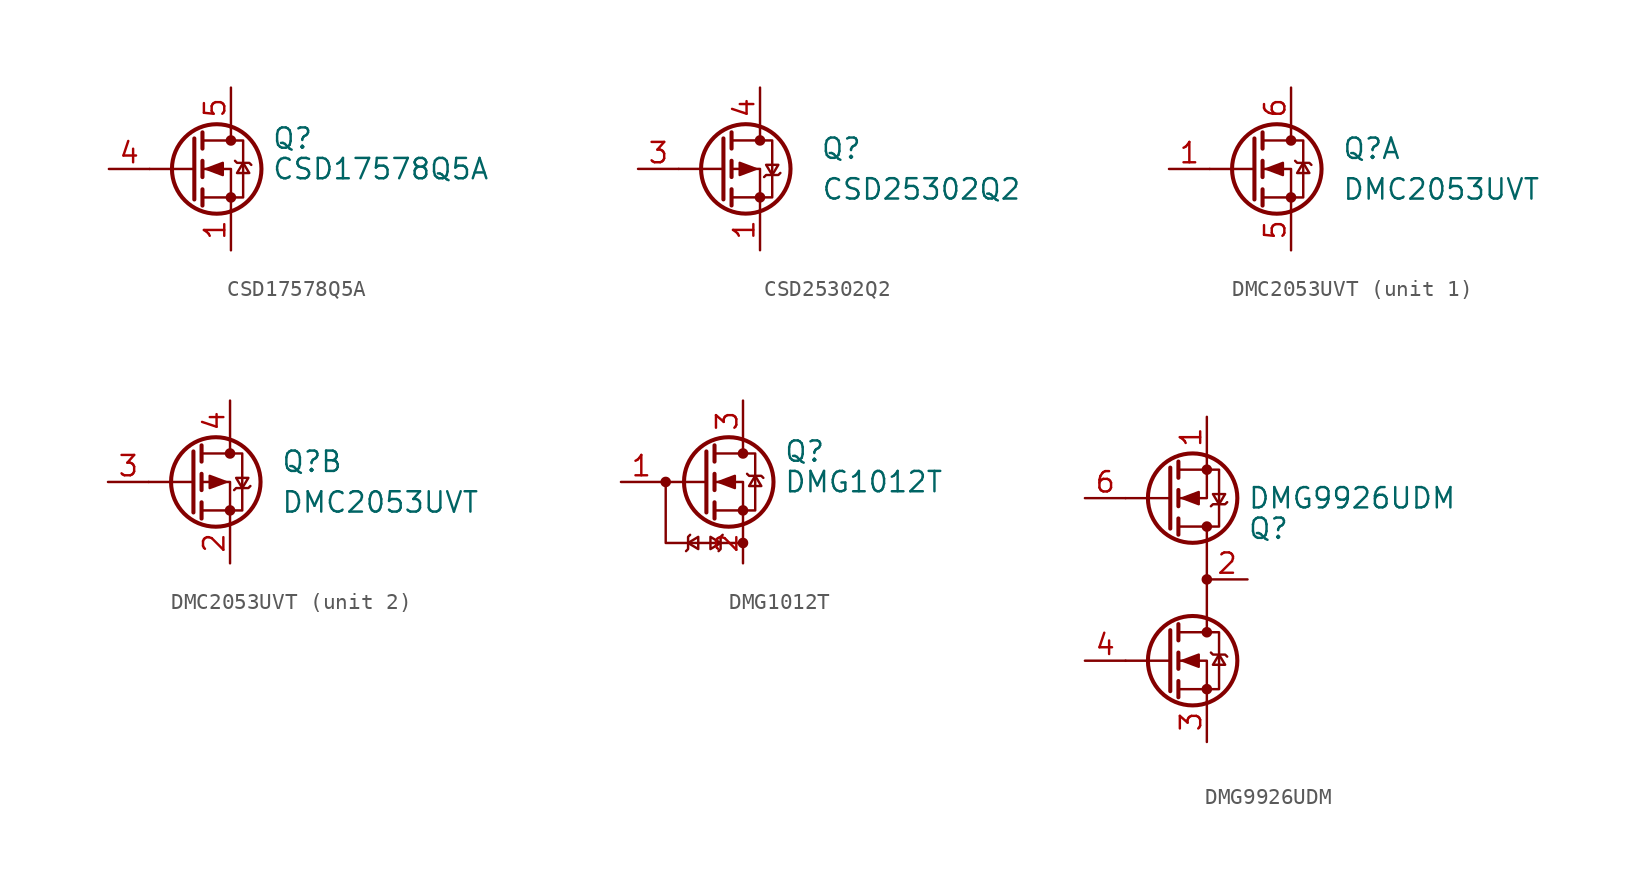
<source format=kicad_sym>
(kicad_symbol_lib
  (version 20211014)
  (generator kicad_symbol_editor)
  (symbol "CSD17578Q5A"
    (pin_names hide)
    (property "Reference" "Q"
      (at 5.08 1.905 0)
      (effects (font (size 1.27 1.27)) (justify left)))
    (property "Value" "CSD17578Q5A"
      (at 5.08 0 0)
      (effects (font (size 1.27 1.27)) (justify left)))
    (symbol "CSD17578Q5A_0_1"
      (polyline (pts (xy 0.254 0) (xy -2.54 0)) (stroke (width 0) (type default) (color 0 0 0 0)) (fill (type none)))
      (polyline (pts (xy 0.254 1.905) (xy 0.254 -1.905)) (stroke (width 0.254) (type default) (color 0 0 0 0)) (fill (type none)))
      (polyline (pts (xy 0.762 -1.27) (xy 0.762 -2.286)) (stroke (width 0.254) (type default) (color 0 0 0 0)) (fill (type none)))
      (polyline (pts (xy 0.762 0.508) (xy 0.762 -0.508)) (stroke (width 0.254) (type default) (color 0 0 0 0)) (fill (type none)))
      (polyline (pts (xy 0.762 2.286) (xy 0.762 1.27)) (stroke (width 0.254) (type default) (color 0 0 0 0)) (fill (type none)))
      (polyline (pts (xy 2.54 2.54) (xy 2.54 1.778)) (stroke (width 0) (type default) (color 0 0 0 0)) (fill (type none)))
      (polyline (pts (xy 2.54 -2.54) (xy 2.54 0) (xy 0.762 0)) (stroke (width 0) (type default) (color 0 0 0 0)) (fill (type none)))
      (polyline (pts (xy 0.762 -1.778) (xy 3.302 -1.778) (xy 3.302 1.778) (xy 0.762 1.778)) (stroke (width 0) (type default) (color 0 0 0 0)) (fill (type none)))
      (polyline (pts (xy 1.016 0) (xy 2.032 0.381) (xy 2.032 -0.381) (xy 1.016 0)) (stroke (width 0) (type default) (color 0 0 0 0)) (fill (type outline)))
      (polyline (pts (xy 2.794 0.508) (xy 2.921 0.381) (xy 3.683 0.381) (xy 3.81 0.254)) (stroke (width 0) (type default) (color 0 0 0 0)) (fill (type none)))
      (polyline (pts (xy 3.302 0.381) (xy 2.921 -0.254) (xy 3.683 -0.254) (xy 3.302 0.381)) (stroke (width 0) (type default) (color 0 0 0 0)) (fill (type none)))
      (circle (center 1.651 0) (radius 2.794) (stroke (width 0.254) (type default) (color 0 0 0 0)) (fill (type none)))
      (circle (center 2.54 -1.778) (radius 0.254) (stroke (width 0) (type default) (color 0 0 0 0)) (fill (type outline)))
      (circle (center 2.54 1.778) (radius 0.254) (stroke (width 0) (type default) (color 0 0 0 0)) (fill (type outline))))
    (symbol "CSD17578Q5A_1_1"
      (pin passive line (at 2.54 -5.08 90) (length 2.54) (name "S" (effects (font (size 1.27 1.27)))) (number "1" (effects (font (size 1.27 1.27)))))
      (pin passive line (at 2.54 -5.08 90) (length 2.54) hide (name "S" (effects (font (size 1.27 1.27)))) (number "2" (effects (font (size 1.27 1.27)))))
      (pin passive line (at 2.54 -5.08 90) (length 2.54) hide (name "S" (effects (font (size 1.27 1.27)))) (number "3" (effects (font (size 1.27 1.27)))))
      (pin passive line (at -5.08 0 0) (length 2.54) (name "G" (effects (font (size 1.27 1.27)))) (number "4" (effects (font (size 1.27 1.27)))))
      (pin passive line (at 2.54 5.08 270) (length 2.54) (name "D" (effects (font (size 1.27 1.27)))) (number "5" (effects (font (size 1.27 1.27)))))))
  (symbol "CSD25302Q2"
    (pin_names hide)
    (property "Reference" "Q"
      (at 5.08 1.27 0)
      (effects (font (size 1.27 1.27))))
    (property "Value" "CSD25302Q2"
      (at 3.81 -1.27 0)
      (effects (font (size 1.27 1.27)) (justify left)))
    (symbol "CSD25302Q2_0_1"
      (circle (center -0.889 0) (radius 2.794) (stroke (width 0.254) (type default) (color 0 0 0 0)) (fill (type none)))
      (circle (center 0 -1.778) (radius 0.254) (stroke (width 0) (type default) (color 0 0 0 0)) (fill (type outline)))
      (polyline (pts (xy -2.286 0) (xy -5.08 0)) (stroke (width 0) (type default) (color 0 0 0 0)) (fill (type none)))
      (polyline (pts (xy -2.286 1.905) (xy -2.286 -1.905)) (stroke (width 0.254) (type default) (color 0 0 0 0)) (fill (type none)))
      (polyline (pts (xy -1.778 -1.27) (xy -1.778 -2.286)) (stroke (width 0.254) (type default) (color 0 0 0 0)) (fill (type none)))
      (polyline (pts (xy -1.778 0.508) (xy -1.778 -0.508)) (stroke (width 0.254) (type default) (color 0 0 0 0)) (fill (type none)))
      (polyline (pts (xy -1.778 2.286) (xy -1.778 1.27)) (stroke (width 0.254) (type default) (color 0 0 0 0)) (fill (type none)))
      (polyline (pts (xy 0 2.54) (xy 0 1.778)) (stroke (width 0) (type default) (color 0 0 0 0)) (fill (type none)))
      (polyline (pts (xy 0 -2.54) (xy 0 0) (xy -1.778 0)) (stroke (width 0) (type default) (color 0 0 0 0)) (fill (type none)))
      (polyline (pts (xy -1.778 1.778) (xy 0.762 1.778) (xy 0.762 -1.778) (xy -1.778 -1.778)) (stroke (width 0) (type default) (color 0 0 0 0)) (fill (type none)))
      (polyline (pts (xy -0.254 0) (xy -1.27 0.381) (xy -1.27 -0.381) (xy -0.254 0)) (stroke (width 0) (type default) (color 0 0 0 0)) (fill (type outline)))
      (polyline (pts (xy 0.254 -0.508) (xy 0.381 -0.381) (xy 1.143 -0.381) (xy 1.27 -0.254)) (stroke (width 0) (type default) (color 0 0 0 0)) (fill (type none)))
      (polyline (pts (xy 0.762 -0.381) (xy 0.381 0.254) (xy 1.143 0.254) (xy 0.762 -0.381)) (stroke (width 0) (type default) (color 0 0 0 0)) (fill (type none)))
      (circle (center 0 1.778) (radius 0.254) (stroke (width 0) (type default) (color 0 0 0 0)) (fill (type outline))))
    (symbol "CSD25302Q2_1_1"
      (pin passive line (at 0 -5.08 90) (length 2.54) (name "S" (effects (font (size 1.27 1.27)))) (number "1" (effects (font (size 1.27 1.27)))))
      (pin passive line (at 0 -5.08 90) (length 2.54) hide (name "S" (effects (font (size 1.27 1.27)))) (number "2" (effects (font (size 1.27 1.27)))))
      (pin passive line (at -7.62 0 0) (length 2.54) (name "G" (effects (font (size 1.27 1.27)))) (number "3" (effects (font (size 1.27 1.27)))))
      (pin passive line (at 0 5.08 270) (length 2.54) (name "D" (effects (font (size 1.27 1.27)))) (number "4" (effects (font (size 1.27 1.27)))))
      (pin passive line (at 0 -5.08 90) (length 2.54) hide (name "S" (effects (font (size 1.27 1.27)))) (number "5" (effects (font (size 1.27 1.27)))))
      (pin passive line (at 0 -5.08 90) (length 2.54) hide (name "S" (effects (font (size 1.27 1.27)))) (number "6" (effects (font (size 1.27 1.27)))))
      (pin passive line (at 0 5.08 270) (length 2.54) hide (name "D" (effects (font (size 1.27 1.27)))) (number "7" (effects (font (size 1.27 1.27)))))
      (pin passive line (at 0 -5.08 90) (length 2.54) hide (name "S" (effects (font (size 1.27 1.27)))) (number "8" (effects (font (size 1.27 1.27)))))))
  (symbol "DMC2053UVT"
    (pin_names hide)
    (property "Reference" "Q"
      (at 3.175 1.27 0)
      (effects (font (size 1.27 1.27)) (justify left)))
    (property "Value" "DMC2053UVT"
      (at 3.175 -1.27 0)
      (effects (font (size 1.27 1.27)) (justify left)))
    (symbol "DMC2053UVT_0_1"
      (circle (center -0.889 0) (radius 2.794) (stroke (width 0.254) (type default) (color 0 0 0 0)) (fill (type none)))
      (circle (center 0 -1.778) (radius 0.254) (stroke (width 0) (type default) (color 0 0 0 0)) (fill (type outline)))
      (polyline (pts (xy -2.286 0) (xy -5.08 0)) (stroke (width 0) (type default) (color 0 0 0 0)) (fill (type none)))
      (polyline (pts (xy -2.286 1.905) (xy -2.286 -1.905)) (stroke (width 0.254) (type default) (color 0 0 0 0)) (fill (type none)))
      (polyline (pts (xy -1.778 -1.27) (xy -1.778 -2.286)) (stroke (width 0.254) (type default) (color 0 0 0 0)) (fill (type none)))
      (polyline (pts (xy -1.778 0.508) (xy -1.778 -0.508)) (stroke (width 0.254) (type default) (color 0 0 0 0)) (fill (type none)))
      (polyline (pts (xy -1.778 2.286) (xy -1.778 1.27)) (stroke (width 0.254) (type default) (color 0 0 0 0)) (fill (type none)))
      (polyline (pts (xy 0 2.54) (xy 0 1.778)) (stroke (width 0) (type default) (color 0 0 0 0)) (fill (type none)))
      (polyline (pts (xy 0 -2.54) (xy 0 0) (xy -1.778 0)) (stroke (width 0) (type default) (color 0 0 0 0)) (fill (type none)))
      (polyline (pts (xy -1.778 -1.778) (xy 0.762 -1.778) (xy 0.762 1.778) (xy -1.778 1.778)) (stroke (width 0) (type default) (color 0 0 0 0)) (fill (type none)))
      (circle (center 0 1.778) (radius 0.254) (stroke (width 0) (type default) (color 0 0 0 0)) (fill (type outline))))
    (symbol "DMC2053UVT_1_1"
      (polyline (pts (xy -1.524 0) (xy -0.508 0.381) (xy -0.508 -0.381) (xy -1.524 0)) (stroke (width 0) (type default) (color 0 0 0 0)) (fill (type outline)))
      (polyline (pts (xy 0.254 0.508) (xy 0.381 0.381) (xy 1.143 0.381) (xy 1.27 0.254)) (stroke (width 0) (type default) (color 0 0 0 0)) (fill (type none)))
      (polyline (pts (xy 0.762 0.381) (xy 0.381 -0.254) (xy 1.143 -0.254) (xy 0.762 0.381)) (stroke (width 0) (type default) (color 0 0 0 0)) (fill (type none)))
      (pin passive line (at -7.62 0 0) (length 2.54) (name "G" (effects (font (size 1.27 1.27)))) (number "1" (effects (font (size 1.27 1.27)))))
      (pin passive line (at 0 -5.08 90) (length 2.54) (name "S" (effects (font (size 1.27 1.27)))) (number "5" (effects (font (size 1.27 1.27)))))
      (pin passive line (at 0 5.08 270) (length 2.54) (name "D" (effects (font (size 1.27 1.27)))) (number "6" (effects (font (size 1.27 1.27))))))
    (symbol "DMC2053UVT_2_1"
      (polyline (pts (xy -0.254 0) (xy -1.27 0.381) (xy -1.27 -0.381) (xy -0.254 0)) (stroke (width 0) (type default) (color 0 0 0 0)) (fill (type outline)))
      (polyline (pts (xy 0.254 -0.508) (xy 0.381 -0.381) (xy 1.143 -0.381) (xy 1.27 -0.254)) (stroke (width 0) (type default) (color 0 0 0 0)) (fill (type none)))
      (polyline (pts (xy 0.762 -0.381) (xy 0.381 0.254) (xy 1.143 0.254) (xy 0.762 -0.381)) (stroke (width 0) (type default) (color 0 0 0 0)) (fill (type none)))
      (pin passive line (at 0 -5.08 90) (length 2.54) (name "S" (effects (font (size 1.27 1.27)))) (number "2" (effects (font (size 1.27 1.27)))))
      (pin passive line (at -7.62 0 0) (length 2.54) (name "G" (effects (font (size 1.27 1.27)))) (number "3" (effects (font (size 1.27 1.27)))))
      (pin passive line (at 0 5.08 270) (length 2.54) (name "D" (effects (font (size 1.27 1.27)))) (number "4" (effects (font (size 1.27 1.27)))))))
  (symbol "DMG1012T"
    (pin_names
      (offset 0) hide)
    (property "Reference" "Q"
      (at 5.08 1.905 0)
      (effects (font (size 1.27 1.27)) (justify left)))
    (property "Value" "DMG1012T"
      (at 5.08 0 0)
      (effects (font (size 1.27 1.27)) (justify left)))
    (symbol "DMG1012T_0_1"
      (polyline (pts (xy 2.54 -3.81) (xy -2.286 -3.81) (xy -2.286 0)) (stroke (width 0) (type default) (color 0 0 0 0)) (fill (type none))))
    (symbol "DMG1012T_1_1"
      (circle (center -2.286 0) (radius 0.254) (stroke (width 0) (type default) (color 0 0 0 0)) (fill (type outline)))
      (polyline (pts (xy 0.254 0) (xy -2.54 0)) (stroke (width 0) (type default) (color 0 0 0 0)) (fill (type none)))
      (polyline (pts (xy 0.254 1.905) (xy 0.254 -1.905)) (stroke (width 0.254) (type default) (color 0 0 0 0)) (fill (type none)))
      (polyline (pts (xy 0.762 -1.27) (xy 0.762 -2.286)) (stroke (width 0.254) (type default) (color 0 0 0 0)) (fill (type none)))
      (polyline (pts (xy 0.762 0.508) (xy 0.762 -0.508)) (stroke (width 0.254) (type default) (color 0 0 0 0)) (fill (type none)))
      (polyline (pts (xy 0.762 2.286) (xy 0.762 1.27)) (stroke (width 0.254) (type default) (color 0 0 0 0)) (fill (type none)))
      (polyline (pts (xy 2.54 2.54) (xy 2.54 1.778)) (stroke (width 0) (type default) (color 0 0 0 0)) (fill (type none)))
      (polyline (pts (xy 2.54 -2.54) (xy 2.54 0) (xy 0.762 0)) (stroke (width 0) (type default) (color 0 0 0 0)) (fill (type none)))
      (polyline (pts (xy -1.016 -4.318) (xy -0.889 -4.191) (xy -0.889 -3.429) (xy -0.762 -3.302)) (stroke (width 0) (type default) (color 0 0 0 0)) (fill (type none)))
      (polyline (pts (xy -0.889 -3.81) (xy -0.254 -4.191) (xy -0.254 -3.429) (xy -0.889 -3.81)) (stroke (width 0) (type default) (color 0 0 0 0)) (fill (type none)))
      (polyline (pts (xy 0.762 -1.778) (xy 3.302 -1.778) (xy 3.302 1.778) (xy 0.762 1.778)) (stroke (width 0) (type default) (color 0 0 0 0)) (fill (type none)))
      (polyline (pts (xy 1.016 0) (xy 2.032 0.381) (xy 2.032 -0.381) (xy 1.016 0)) (stroke (width 0) (type default) (color 0 0 0 0)) (fill (type outline)))
      (polyline (pts (xy 1.143 -3.81) (xy 0.508 -3.429) (xy 0.508 -4.191) (xy 1.143 -3.81)) (stroke (width 0) (type default) (color 0 0 0 0)) (fill (type none)))
      (polyline (pts (xy 1.27 -3.302) (xy 1.143 -3.429) (xy 1.143 -4.191) (xy 1.016 -4.318)) (stroke (width 0) (type default) (color 0 0 0 0)) (fill (type none)))
      (polyline (pts (xy 2.794 0.508) (xy 2.921 0.381) (xy 3.683 0.381) (xy 3.81 0.254)) (stroke (width 0) (type default) (color 0 0 0 0)) (fill (type none)))
      (polyline (pts (xy 3.302 0.381) (xy 2.921 -0.254) (xy 3.683 -0.254) (xy 3.302 0.381)) (stroke (width 0) (type default) (color 0 0 0 0)) (fill (type none)))
      (circle (center 1.651 0) (radius 2.794) (stroke (width 0.254) (type default) (color 0 0 0 0)) (fill (type none)))
      (circle (center 2.54 -3.81) (radius 0.254) (stroke (width 0) (type default) (color 0 0 0 0)) (fill (type outline)))
      (circle (center 2.54 -1.778) (radius 0.254) (stroke (width 0) (type default) (color 0 0 0 0)) (fill (type outline)))
      (circle (center 2.54 1.778) (radius 0.254) (stroke (width 0) (type default) (color 0 0 0 0)) (fill (type outline)))
      (pin input line (at -5.08 0 0) (length 2.54) (name "G" (effects (font (size 1.27 1.27)))) (number "1" (effects (font (size 1.27 1.27)))))
      (pin passive line (at 2.54 -5.08 90) (length 2.54) (name "S" (effects (font (size 1.27 1.27)))) (number "2" (effects (font (size 1.27 1.27)))))
      (pin passive line (at 2.54 5.08 270) (length 2.54) (name "D" (effects (font (size 1.27 1.27)))) (number "3" (effects (font (size 1.27 1.27)))))))
  (symbol "DMG9926UDM"
    (pin_names hide)
    (property "Reference" "Q"
      (at 2.54 3.175 0)
      (effects (font (size 1.27 1.27)) (justify left)))
    (property "Value" "DMG9926UDM"
      (at 2.54 5.08 0)
      (effects (font (size 1.27 1.27)) (justify left)))
    (symbol "DMG9926UDM_0_1"
      (circle (center -0.889 5.08) (radius 2.794) (stroke (width 0.254) (type default) (color 0 0 0 0)) (fill (type none)))
      (polyline (pts (xy -2.286 3.175) (xy -2.286 6.985)) (stroke (width 0.254) (type default) (color 0 0 0 0)) (fill (type none)))
      (polyline (pts (xy -2.286 5.08) (xy -5.08 5.08)) (stroke (width 0) (type default) (color 0 0 0 0)) (fill (type none)))
      (polyline (pts (xy -1.778 2.794) (xy -1.778 3.81)) (stroke (width 0.254) (type default) (color 0 0 0 0)) (fill (type none)))
      (polyline (pts (xy -1.778 4.572) (xy -1.778 5.588)) (stroke (width 0.254) (type default) (color 0 0 0 0)) (fill (type none)))
      (polyline (pts (xy -1.778 6.35) (xy -1.778 7.366)) (stroke (width 0.254) (type default) (color 0 0 0 0)) (fill (type none)))
      (polyline (pts (xy 0 -3.302) (xy 0 3.302)) (stroke (width 0) (type default) (color 0 0 0 0)) (fill (type none)))
      (polyline (pts (xy 0 7.62) (xy 0 5.08) (xy -1.778 5.08)) (stroke (width 0) (type default) (color 0 0 0 0)) (fill (type none)))
      (polyline (pts (xy -1.778 6.858) (xy 0.762 6.858) (xy 0.762 3.302) (xy -1.778 3.302)) (stroke (width 0) (type default) (color 0 0 0 0)) (fill (type none)))
      (polyline (pts (xy -1.524 5.08) (xy -0.508 4.699) (xy -0.508 5.461) (xy -1.524 5.08)) (stroke (width 0) (type default) (color 0 0 0 0)) (fill (type outline)))
      (polyline (pts (xy 0.254 4.572) (xy 0.381 4.699) (xy 1.143 4.699) (xy 1.27 4.826)) (stroke (width 0) (type default) (color 0 0 0 0)) (fill (type none)))
      (polyline (pts (xy 0.762 4.699) (xy 0.381 5.334) (xy 1.143 5.334) (xy 0.762 4.699)) (stroke (width 0) (type default) (color 0 0 0 0)) (fill (type none)))
      (circle (center 0 3.302) (radius 0.254) (stroke (width 0) (type default) (color 0 0 0 0)) (fill (type outline)))
      (circle (center 0 6.858) (radius 0.254) (stroke (width 0) (type default) (color 0 0 0 0)) (fill (type outline))))
    (symbol "DMG9926UDM_1_1"
      (circle (center -0.889 -5.08) (radius 2.794) (stroke (width 0.254) (type default) (color 0 0 0 0)) (fill (type none)))
      (circle (center 0 -6.858) (radius 0.254) (stroke (width 0) (type default) (color 0 0 0 0)) (fill (type outline)))
      (circle (center 0 -3.302) (radius 0.254) (stroke (width 0) (type default) (color 0 0 0 0)) (fill (type outline)))
      (polyline (pts (xy -2.286 -5.08) (xy -5.08 -5.08)) (stroke (width 0) (type default) (color 0 0 0 0)) (fill (type none)))
      (polyline (pts (xy -2.286 -3.175) (xy -2.286 -6.985)) (stroke (width 0.254) (type default) (color 0 0 0 0)) (fill (type none)))
      (polyline (pts (xy -1.778 -6.35) (xy -1.778 -7.366)) (stroke (width 0.254) (type default) (color 0 0 0 0)) (fill (type none)))
      (polyline (pts (xy -1.778 -4.572) (xy -1.778 -5.588)) (stroke (width 0.254) (type default) (color 0 0 0 0)) (fill (type none)))
      (polyline (pts (xy -1.778 -2.794) (xy -1.778 -3.81)) (stroke (width 0.254) (type default) (color 0 0 0 0)) (fill (type none)))
      (polyline (pts (xy 0 -7.62) (xy 0 -5.08) (xy -1.778 -5.08)) (stroke (width 0) (type default) (color 0 0 0 0)) (fill (type none)))
      (polyline (pts (xy -1.778 -6.858) (xy 0.762 -6.858) (xy 0.762 -3.302) (xy -1.778 -3.302)) (stroke (width 0) (type default) (color 0 0 0 0)) (fill (type none)))
      (polyline (pts (xy -1.524 -5.08) (xy -0.508 -4.699) (xy -0.508 -5.461) (xy -1.524 -5.08)) (stroke (width 0) (type default) (color 0 0 0 0)) (fill (type outline)))
      (polyline (pts (xy 0.254 -4.572) (xy 0.381 -4.699) (xy 1.143 -4.699) (xy 1.27 -4.826)) (stroke (width 0) (type default) (color 0 0 0 0)) (fill (type none)))
      (polyline (pts (xy 0.762 -4.699) (xy 0.381 -5.334) (xy 1.143 -5.334) (xy 0.762 -4.699)) (stroke (width 0) (type default) (color 0 0 0 0)) (fill (type none)))
      (circle (center 0 0) (radius 0.254) (stroke (width 0) (type default) (color 0 0 0 0)) (fill (type outline)))
      (pin passive line (at 0 10.16 270) (length 2.54) (name "D1" (effects (font (size 1.27 1.27)))) (number "1" (effects (font (size 1.27 1.27)))))
      (pin passive line (at 2.54 0 180) (length 2.54) (name "S1/D2" (effects (font (size 1.27 1.27)))) (number "2" (effects (font (size 1.27 1.27)))))
      (pin passive line (at 0 -10.16 90) (length 2.54) (name "S2" (effects (font (size 1.27 1.27)))) (number "3" (effects (font (size 1.27 1.27)))))
      (pin input line (at -7.62 -5.08 0) (length 2.54) (name "G2" (effects (font (size 1.27 1.27)))) (number "4" (effects (font (size 1.27 1.27)))))
      (pin passive line (at 2.54 0 180) (length 2.54) hide (name "S1/D2" (effects (font (size 1.27 1.27)))) (number "5" (effects (font (size 1.27 1.27)))))
      (pin input line (at -7.62 5.08 0) (length 2.54) (name "G1" (effects (font (size 1.27 1.27)))) (number "6" (effects (font (size 1.27 1.27))))))))
</source>
